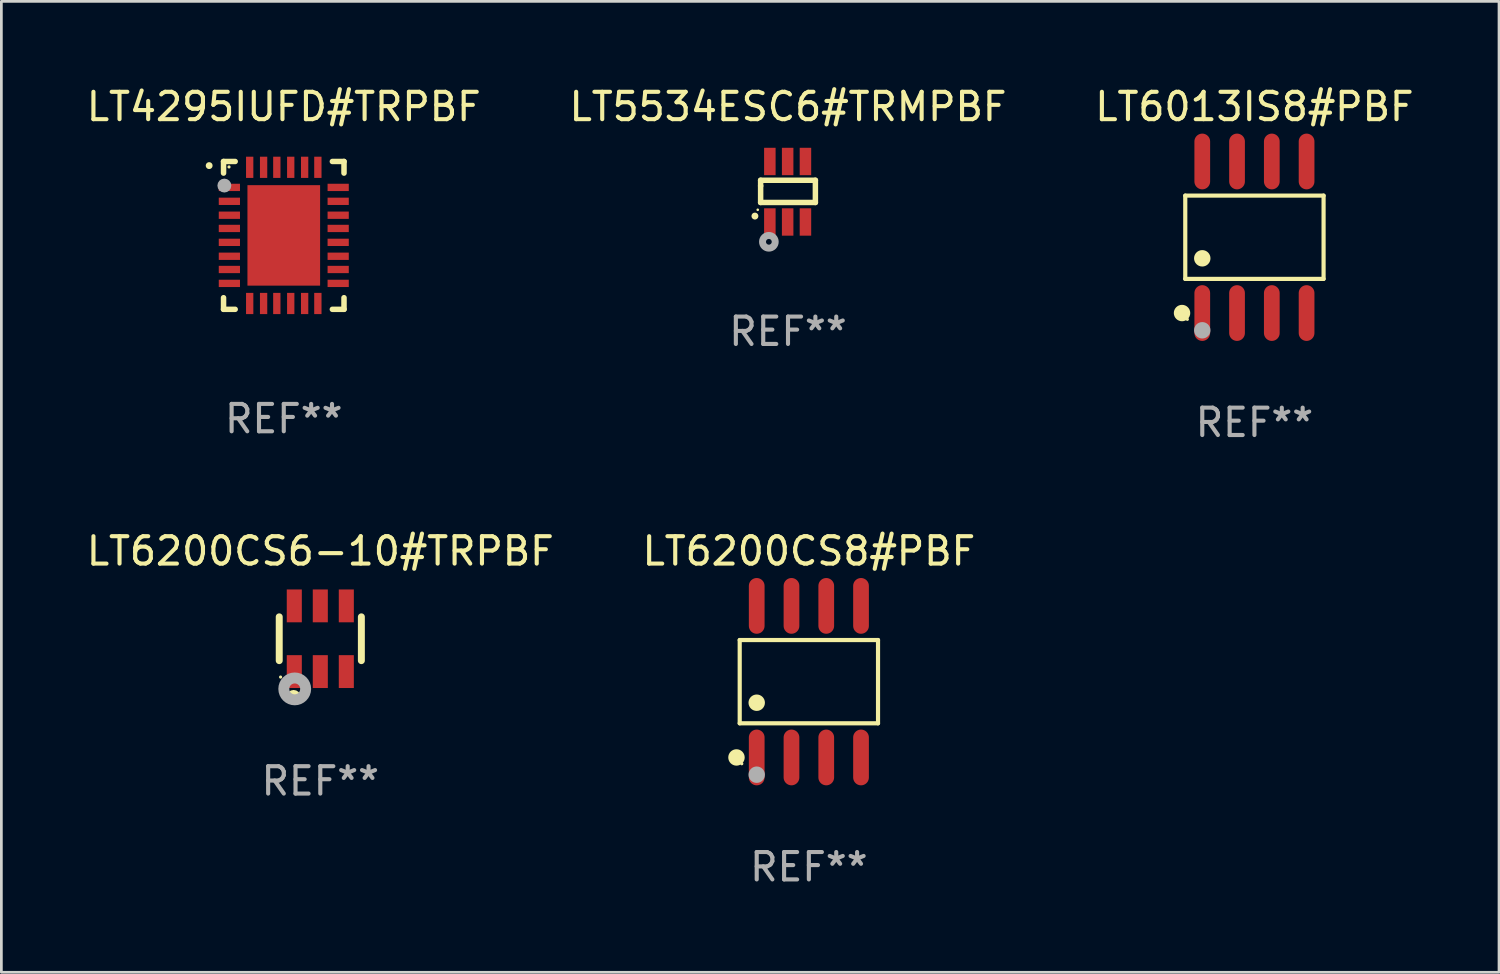
<source format=kicad_pcb>
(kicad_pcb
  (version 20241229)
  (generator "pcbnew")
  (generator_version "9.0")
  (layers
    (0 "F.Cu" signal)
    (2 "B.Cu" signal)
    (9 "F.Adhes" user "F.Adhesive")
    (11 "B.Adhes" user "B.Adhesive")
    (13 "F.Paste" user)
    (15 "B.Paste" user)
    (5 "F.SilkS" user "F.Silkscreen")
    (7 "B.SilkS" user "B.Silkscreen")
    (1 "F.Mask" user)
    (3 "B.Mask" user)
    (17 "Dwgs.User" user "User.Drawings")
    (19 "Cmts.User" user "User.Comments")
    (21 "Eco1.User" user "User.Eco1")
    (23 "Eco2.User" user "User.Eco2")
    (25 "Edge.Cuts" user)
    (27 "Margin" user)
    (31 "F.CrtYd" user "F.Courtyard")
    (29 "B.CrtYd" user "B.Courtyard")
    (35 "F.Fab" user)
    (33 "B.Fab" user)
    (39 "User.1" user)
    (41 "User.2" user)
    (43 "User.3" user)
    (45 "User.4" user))
  (footprint "LT6200CS6-10#TRPBF"
    (layer "F.Cu")
    (at 8.649 20.28)
    (property "Reference" "LT6200CS6-10#TRPBF" (at 0 -3.2 0) (layer "F.SilkS") (effects (font (size 1 1) (thickness 0.15))))
    (attr through_hole)
    (fp_line (start -1.5 0.8) (end -1.5 -0.8) (stroke (width 0.254) (type solid)) (layer "F.SilkS"))
    (fp_line (start 1.5 -0.8) (end 1.5 0.8) (stroke (width 0.254) (type solid)) (layer "F.SilkS"))
    (fp_circle (center -1.45 1.4) (end -1.42 1.4) (stroke (width 0.06) (type solid)) (fill no) (layer "F.SilkS"))
    (fp_circle (center -0.975 2.125) (end -0.848 2.125) (stroke (width 0.254) (type solid)) (fill no) (layer "F.SilkS"))
    (fp_circle (center -0.934 1.832) (end -0.735 1.832) (stroke (width 0.4) (type solid)) (fill no) (layer "F.Fab"))
    (fp_text user "REF**" (at 0 5.2 0) (layer "F.Fab") (effects (font (size 1 1) (thickness 0.15))))
    (pad "1" smd rect (at -0.95 1.2) (size 0.55 1.2) (layers "F.Cu" "F.Mask" "F.Paste"))
    (pad "2" smd rect (at 0 1.2) (size 0.55 1.2) (layers "F.Cu" "F.Mask" "F.Paste"))
    (pad "3" smd rect (at 0.95 1.2) (size 0.55 1.2) (layers "F.Cu" "F.Mask" "F.Paste"))
    (pad "4" smd rect (at 0.95 -1.2) (size 0.55 1.2) (layers "F.Cu" "F.Mask" "F.Paste"))
    (pad "5" smd rect (at 0 -1.2) (size 0.55 1.2) (layers "F.Cu" "F.Mask" "F.Paste"))
    (pad "6" smd rect (at -0.95 -1.2) (size 0.55 1.2) (layers "F.Cu" "F.Mask" "F.Paste")))
  (footprint "LT5534ESC6#TRMPBF"
    (layer "F.Cu")
    (at 25.732 3.953)
    (property "Reference" "LT5534ESC6#TRMPBF" (at 0 -3.105 0) (layer "F.SilkS") (effects (font (size 1 1) (thickness 0.15))))
    (attr through_hole)
    (fp_line (start -1 -0.419) (end -1 -0.213) (stroke (width 0.2) (type solid)) (layer "F.SilkS"))
    (fp_line (start -1 -0.213) (end -1 0.393) (stroke (width 0.2) (type solid)) (layer "F.SilkS"))
    (fp_line (start -1 0.393) (end 1 0.393) (stroke (width 0.2) (type solid)) (layer "F.SilkS"))
    (fp_line (start 1 -0.419) (end -1 -0.419) (stroke (width 0.2) (type solid)) (layer "F.SilkS"))
    (fp_line (start 1 0.393) (end 1 -0.419) (stroke (width 0.2) (type solid)) (layer "F.SilkS"))
    (fp_arc (start -1.208509 0.890272) (mid -1.208515 0.889002) (end -1.208509 0.887732) (stroke (width 0.25) (type solid)) (layer "F.SilkS"))
    (fp_circle (center -1.105 0.66) (end -1.08 0.66) (stroke (width 0.05) (type solid)) (fill no) (layer "F.SilkS"))
    (fp_circle (center -0.699 1.829) (end -0.594 1.829) (stroke (width 0.254) (type solid)) (fill no) (layer "F.Fab"))
    (fp_text user "REF**" (at 0 5.105 0) (layer "F.Fab") (effects (font (size 1 1) (thickness 0.15))))
    (pad "1" smd rect (at -0.663 1.105) (size 0.42 1) (layers "F.Cu" "F.Mask" "F.Paste"))
    (pad "2" smd rect (at -0.013 1.105) (size 0.42 1) (layers "F.Cu" "F.Mask" "F.Paste"))
    (pad "3" smd rect (at 0.637 1.105) (size 0.42 1) (layers "F.Cu" "F.Mask" "F.Paste"))
    (pad "4" smd rect (at 0.637 -1.105 180) (size 0.42 1) (layers "F.Cu" "F.Mask" "F.Paste"))
    (pad "5" smd rect (at -0.013 -1.105 180) (size 0.42 1) (layers "F.Cu" "F.Mask" "F.Paste"))
    (pad "6" smd rect (at -0.663 -1.105 180) (size 0.42 1) (layers "F.Cu" "F.Mask" "F.Paste")))
  (footprint "LT6013IS8#PBF"
    (layer "F.Cu")
    (at 42.768 5.616)
    (property "Reference" "LT6013IS8#PBF" (at 0 -4.768 0) (layer "F.SilkS") (effects (font (size 1 1) (thickness 0.15))))
    (attr through_hole)
    (fp_line (start -2.526 -1.521) (end 2.526 -1.521) (stroke (width 0.152) (type solid)) (layer "F.SilkS"))
    (fp_line (start -2.526 1.521) (end -2.526 -1.521) (stroke (width 0.152) (type solid)) (layer "F.SilkS"))
    (fp_line (start 2.526 -1.521) (end 2.526 1.521) (stroke (width 0.152) (type solid)) (layer "F.SilkS"))
    (fp_line (start 2.526 1.521) (end -2.526 1.521) (stroke (width 0.152) (type solid)) (layer "F.SilkS"))
    (fp_circle (center -2.644 2.768) (end -2.494 2.768) (stroke (width 0.3) (type solid)) (fill no) (layer "F.SilkS"))
    (fp_circle (center -2.45 2.998) (end -2.42 2.998) (stroke (width 0.06) (type solid)) (fill no) (layer "F.SilkS"))
    (fp_circle (center -1.905 0.769) (end -1.755 0.769) (stroke (width 0.3) (type solid)) (fill no) (layer "F.SilkS"))
    (fp_circle (center -1.905 3.398) (end -1.755 3.398) (stroke (width 0.3) (type solid)) (fill no) (layer "F.Fab"))
    (fp_text user "REF**" (at 0 6.768 0) (layer "F.Fab") (effects (font (size 1 1) (thickness 0.15))))
    (pad "1" smd oval (at -1.905 2.768) (size 0.574 2.036) (layers "F.Cu" "F.Mask" "F.Paste"))
    (pad "2" smd oval (at -0.635 2.768) (size 0.574 2.036) (layers "F.Cu" "F.Mask" "F.Paste"))
    (pad "3" smd oval (at 0.635 2.768) (size 0.574 2.036) (layers "F.Cu" "F.Mask" "F.Paste"))
    (pad "4" smd oval (at 1.905 2.768) (size 0.574 2.036) (layers "F.Cu" "F.Mask" "F.Paste"))
    (pad "5" smd oval (at 1.905 -2.768) (size 0.574 2.036) (layers "F.Cu" "F.Mask" "F.Paste"))
    (pad "6" smd oval (at 0.635 -2.768) (size 0.574 2.036) (layers "F.Cu" "F.Mask" "F.Paste"))
    (pad "7" smd oval (at -0.635 -2.768) (size 0.574 2.036) (layers "F.Cu" "F.Mask" "F.Paste"))
    (pad "8" smd oval (at -1.905 -2.768) (size 0.574 2.036) (layers "F.Cu" "F.Mask" "F.Paste")))
  (footprint "LT4295IUFD#TRPBF"
    (layer "F.Cu")
    (at 7.315 5.548)
    (property "Reference" "LT4295IUFD#TRPBF" (at 0 -4.7 0) (layer "F.SilkS") (effects (font (size 1 1) (thickness 0.15))))
    (attr through_hole)
    (fp_line (start -2.2 -2.7) (end -1.775 -2.7) (stroke (width 0.201) (type solid)) (layer "F.SilkS"))
    (fp_line (start -2.2 -2.276) (end -2.2 -2.7) (stroke (width 0.201) (type solid)) (layer "F.SilkS"))
    (fp_line (start -2.2 2.276) (end -2.2 2.7) (stroke (width 0.201) (type solid)) (layer "F.SilkS"))
    (fp_line (start -2.2 2.7) (end -1.775 2.7) (stroke (width 0.201) (type solid)) (layer "F.SilkS"))
    (fp_line (start 1.775 -2.7) (end 2.2 -2.7) (stroke (width 0.201) (type solid)) (layer "F.SilkS"))
    (fp_line (start 1.775 2.7) (end 2.2 2.7) (stroke (width 0.201) (type solid)) (layer "F.SilkS"))
    (fp_line (start 2.2 -2.7) (end 2.2 -2.276) (stroke (width 0.201) (type solid)) (layer "F.SilkS"))
    (fp_line (start 2.2 2.7) (end 2.2 2.276) (stroke (width 0.201) (type solid)) (layer "F.SilkS"))
    (fp_arc (start -2.725425 -2.547625) (mid -2.725431 -2.548895) (end -2.725425 -2.550165) (stroke (width 0.24892) (type solid)) (layer "F.SilkS"))
    (fp_circle (center -2 -2.5) (end -1.97 -2.5) (stroke (width 0.06) (type solid)) (fill no) (layer "F.SilkS"))
    (fp_circle (center -2.17 -1.82) (end -2.043 -1.82) (stroke (width 0.254) (type solid)) (fill no) (layer "F.Fab"))
    (fp_text user "REF**" (at 0 6.7 0) (layer "F.Fab") (effects (font (size 1 1) (thickness 0.15))))
    (pad "1" smd rect (at -1.987 -1.753 90) (size 0.267 0.775) (layers "F.Cu" "F.Mask" "F.Paste"))
    (pad "2" smd rect (at -1.987 -1.245 90) (size 0.267 0.775) (layers "F.Cu" "F.Mask" "F.Paste"))
    (pad "3" smd rect (at -1.987 -0.737 90) (size 0.267 0.775) (layers "F.Cu" "F.Mask" "F.Paste"))
    (pad "4" smd rect (at -1.987 -0.254 90) (size 0.267 0.775) (layers "F.Cu" "F.Mask" "F.Paste"))
    (pad "5" smd rect (at -1.987 0.254 90) (size 0.267 0.775) (layers "F.Cu" "F.Mask" "F.Paste"))
    (pad "6" smd rect (at -1.987 0.762 90) (size 0.267 0.775) (layers "F.Cu" "F.Mask" "F.Paste"))
    (pad "7" smd rect (at -1.987 1.245 90) (size 0.267 0.775) (layers "F.Cu" "F.Mask" "F.Paste"))
    (pad "8" smd rect (at -1.987 1.753 90) (size 0.267 0.775) (layers "F.Cu" "F.Mask" "F.Paste"))
    (pad "9" smd rect (at -1.245 2.487) (size 0.267 0.775) (layers "F.Cu" "F.Mask" "F.Paste"))
    (pad "10" smd rect (at -0.737 2.487) (size 0.267 0.775) (layers "F.Cu" "F.Mask" "F.Paste"))
    (pad "11" smd rect (at -0.254 2.487) (size 0.267 0.775) (layers "F.Cu" "F.Mask" "F.Paste"))
    (pad "12" smd rect (at 0.254 2.487) (size 0.267 0.775) (layers "F.Cu" "F.Mask" "F.Paste"))
    (pad "13" smd rect (at 0.762 2.487) (size 0.267 0.775) (layers "F.Cu" "F.Mask" "F.Paste"))
    (pad "14" smd rect (at 1.245 2.487) (size 0.267 0.775) (layers "F.Cu" "F.Mask" "F.Paste"))
    (pad "15" smd rect (at 1.987 1.753 90) (size 0.267 0.775) (layers "F.Cu" "F.Mask" "F.Paste"))
    (pad "16" smd rect (at 1.987 1.245 90) (size 0.267 0.775) (layers "F.Cu" "F.Mask" "F.Paste"))
    (pad "17" smd rect (at 1.987 0.762 90) (size 0.267 0.775) (layers "F.Cu" "F.Mask" "F.Paste"))
    (pad "18" smd rect (at 1.987 0.254 90) (size 0.267 0.775) (layers "F.Cu" "F.Mask" "F.Paste"))
    (pad "19" smd rect (at 1.987 -0.254 90) (size 0.267 0.775) (layers "F.Cu" "F.Mask" "F.Paste"))
    (pad "20" smd rect (at 1.987 -0.737 90) (size 0.267 0.775) (layers "F.Cu" "F.Mask" "F.Paste"))
    (pad "21" smd rect (at 1.987 -1.245 90) (size 0.267 0.775) (layers "F.Cu" "F.Mask" "F.Paste"))
    (pad "22" smd rect (at 1.987 -1.753 90) (size 0.267 0.775) (layers "F.Cu" "F.Mask" "F.Paste"))
    (pad "23" smd rect (at 1.245 -2.487) (size 0.267 0.775) (layers "F.Cu" "F.Mask" "F.Paste"))
    (pad "24" smd rect (at 0.762 -2.487) (size 0.267 0.775) (layers "F.Cu" "F.Mask" "F.Paste"))
    (pad "25" smd rect (at 0.254 -2.487) (size 0.267 0.775) (layers "F.Cu" "F.Mask" "F.Paste"))
    (pad "26" smd rect (at -0.254 -2.487) (size 0.267 0.775) (layers "F.Cu" "F.Mask" "F.Paste"))
    (pad "27" smd rect (at -0.737 -2.487) (size 0.267 0.775) (layers "F.Cu" "F.Mask" "F.Paste"))
    (pad "28" smd rect (at -1.245 -2.487) (size 0.267 0.775) (layers "F.Cu" "F.Mask" "F.Paste"))
    (pad "29" smd rect (at 0.000102 -0.000051) (size 2.654 3.67) (layers "F.Cu" "F.Mask" "F.Paste")))
  (footprint "LT6200CS8#PBF"
    (layer "F.Cu")
    (at 26.494 21.848)
    (property "Reference" "LT6200CS8#PBF" (at 0 -4.768 0) (layer "F.SilkS") (effects (font (size 1 1) (thickness 0.15))))
    (attr through_hole)
    (fp_line (start -2.526 -1.521) (end 2.526 -1.521) (stroke (width 0.152) (type solid)) (layer "F.SilkS"))
    (fp_line (start -2.526 1.521) (end -2.526 -1.521) (stroke (width 0.152) (type solid)) (layer "F.SilkS"))
    (fp_line (start 2.526 -1.521) (end 2.526 1.521) (stroke (width 0.152) (type solid)) (layer "F.SilkS"))
    (fp_line (start 2.526 1.521) (end -2.526 1.521) (stroke (width 0.152) (type solid)) (layer "F.SilkS"))
    (fp_circle (center -2.644 2.768) (end -2.494 2.768) (stroke (width 0.3) (type solid)) (fill no) (layer "F.SilkS"))
    (fp_circle (center -2.45 2.998) (end -2.42 2.998) (stroke (width 0.06) (type solid)) (fill no) (layer "F.SilkS"))
    (fp_circle (center -1.905 0.769) (end -1.755 0.769) (stroke (width 0.3) (type solid)) (fill no) (layer "F.SilkS"))
    (fp_circle (center -1.905 3.398) (end -1.755 3.398) (stroke (width 0.3) (type solid)) (fill no) (layer "F.Fab"))
    (fp_text user "REF**" (at 0 6.768 0) (layer "F.Fab") (effects (font (size 1 1) (thickness 0.15))))
    (pad "1" smd oval (at -1.905 2.768) (size 0.574 2.036) (layers "F.Cu" "F.Mask" "F.Paste"))
    (pad "2" smd oval (at -0.635 2.768) (size 0.574 2.036) (layers "F.Cu" "F.Mask" "F.Paste"))
    (pad "3" smd oval (at 0.635 2.768) (size 0.574 2.036) (layers "F.Cu" "F.Mask" "F.Paste"))
    (pad "4" smd oval (at 1.905 2.768) (size 0.574 2.036) (layers "F.Cu" "F.Mask" "F.Paste"))
    (pad "5" smd oval (at 1.905 -2.768) (size 0.574 2.036) (layers "F.Cu" "F.Mask" "F.Paste"))
    (pad "6" smd oval (at 0.635 -2.768) (size 0.574 2.036) (layers "F.Cu" "F.Mask" "F.Paste"))
    (pad "7" smd oval (at -0.635 -2.768) (size 0.574 2.036) (layers "F.Cu" "F.Mask" "F.Paste"))
    (pad "8" smd oval (at -1.905 -2.768) (size 0.574 2.036) (layers "F.Cu" "F.Mask" "F.Paste")))
  (gr_rect
    (start -3 -3)
    (end 51.702 32.464)
    (stroke (width 0.1) (type default))
    (fill no)
    (layer "Edge.Cuts")))
</source>
